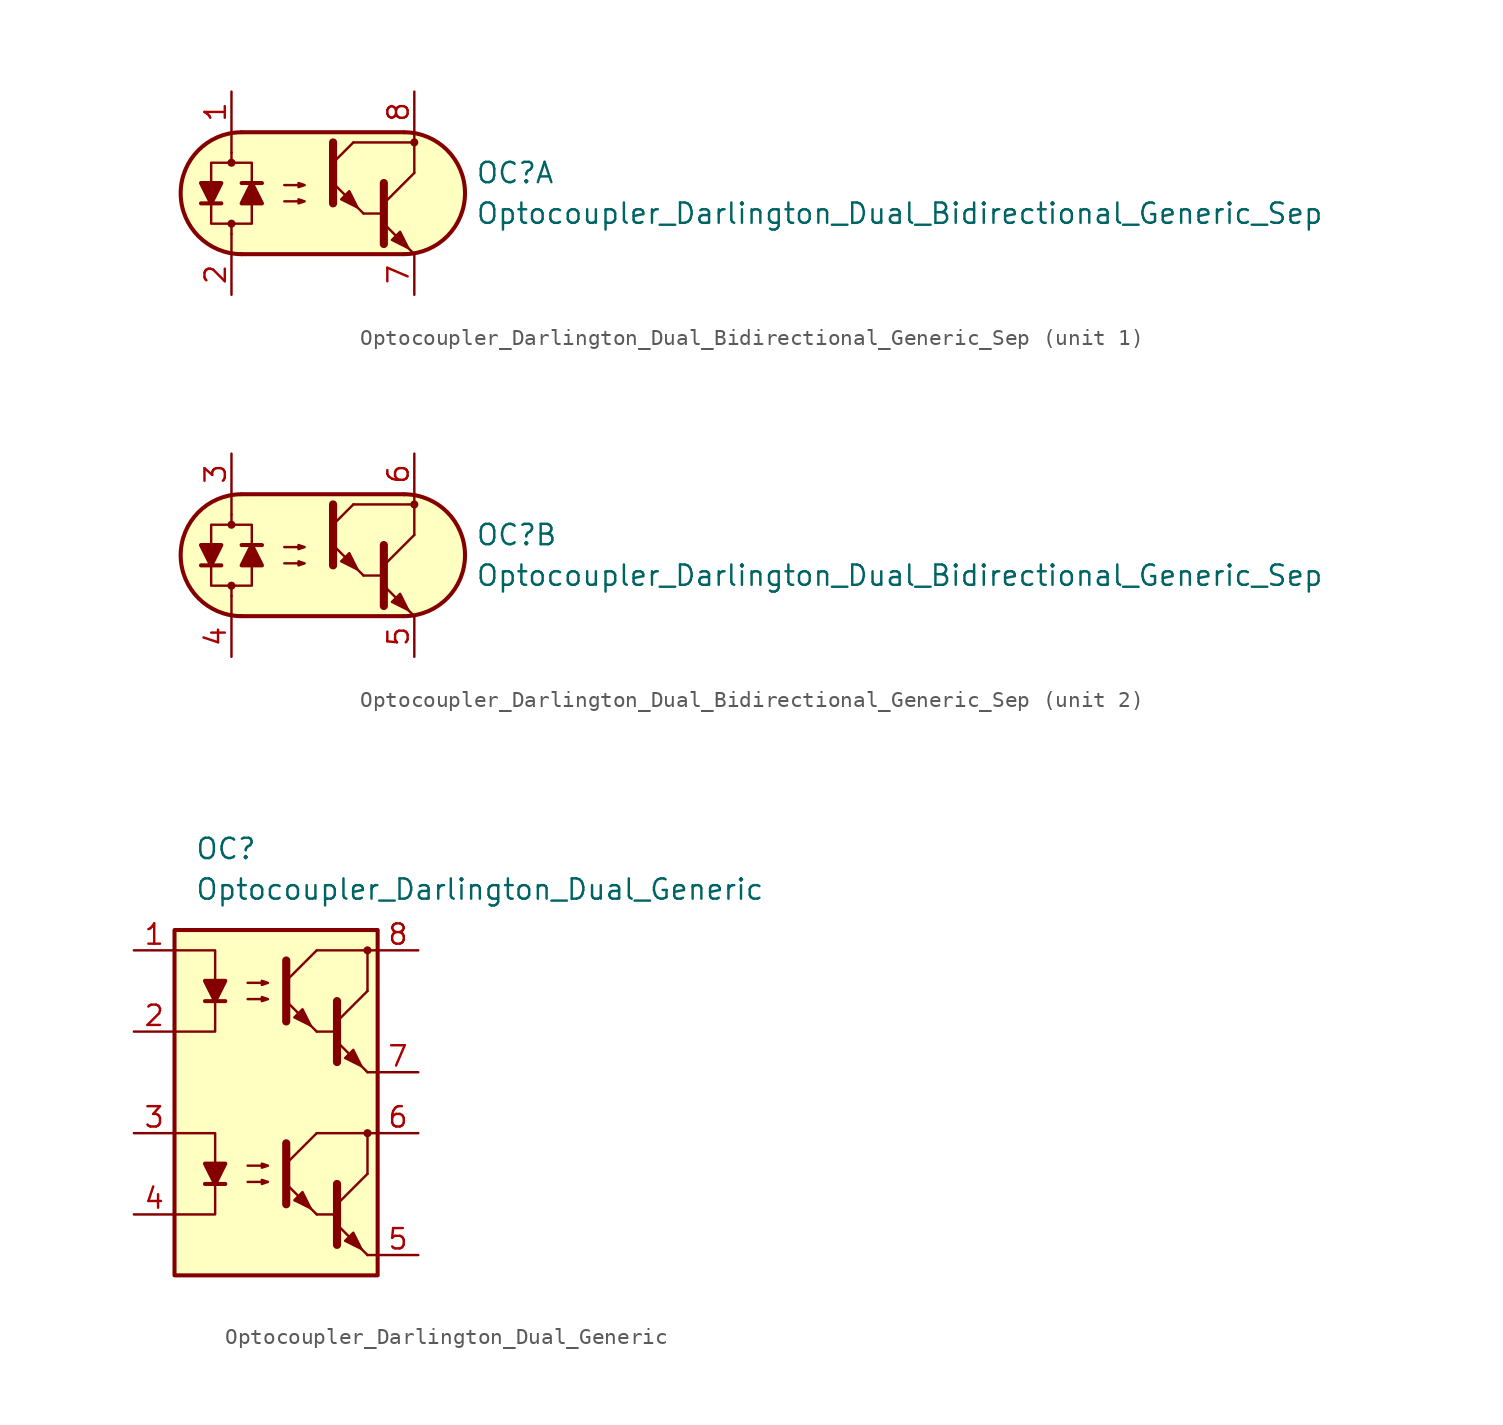
<source format=kicad_sym>
(kicad_symbol_lib
  (version 20211014)
  (generator kicad_symbol_editor)
  (symbol "Optocoupler_AKL:Optocoupler_Darlington_Dual_Bidirectional_Generic_Sep"
    (pin_names
      (offset 1.016))
    (property "Reference" "OC"
      (at 10.16 1.27 0)
      (effects (font (size 1.27 1.27)) (justify left)))
    (property "Value" "Optocoupler_Darlington_Dual_Bidirectional_Generic_Sep"
      (at 10.16 -1.27 0)
      (effects (font (size 1.27 1.27)) (justify left)))
    (property "ki_locked" ""
      (at 0 0 0)
      (effects (font (size 1.27 1.27))))
    (symbol "Optocoupler_Darlington_Dual_Bidirectional_Generic_Sep_0_1"
      (arc (start -4.4835 3.8099) (mid -8.2551 -0.016) (end -4.4516 -3.8101) (stroke (width 0.254) (type default) (color 0 0 0 0)) (fill (type none)))
      (polyline (pts (xy -5.08 -2.54) (xy -5.08 -3.81)) (stroke (width 0.152) (type default) (color 0 0 0 0)) (fill (type none)))
      (polyline (pts (xy -5.08 1.905) (xy -5.08 2.54)) (stroke (width 0.152) (type default) (color 0 0 0 0)) (fill (type none)))
      (polyline (pts (xy -5.08 2.54) (xy -5.08 3.81)) (stroke (width 0.152) (type default) (color 0 0 0 0)) (fill (type none)))
      (polyline (pts (xy -4.445 -3.81) (xy 5.715 -3.81)) (stroke (width 0.254) (type default) (color 0 0 0 0)) (fill (type none)))
      (polyline (pts (xy 2.54 3.175) (xy 6.35 3.175)) (stroke (width 0.152) (type default) (color 0 0 0 0)) (fill (type none)))
      (polyline (pts (xy 3.175 -1.27) (xy 4.445 -1.27)) (stroke (width 0) (type default) (color 0 0 0 0)) (fill (type none)))
      (polyline (pts (xy 4.445 -0.635) (xy 6.35 1.27)) (stroke (width 0) (type default) (color 0 0 0 0)) (fill (type none)))
      (polyline (pts (xy 5.715 3.81) (xy -4.445 3.81)) (stroke (width 0.254) (type default) (color 0 0 0 0)) (fill (type none)))
      (polyline (pts (xy 6.35 -3.81) (xy 4.445 -1.905)) (stroke (width 0) (type default) (color 0 0 0 0)) (fill (type outline)))
      (polyline (pts (xy 6.35 1.27) (xy 6.35 3.81)) (stroke (width 0.152) (type default) (color 0 0 0 0)) (fill (type none)))
      (polyline (pts (xy 4.445 0.635) (xy 4.445 -3.175) (xy 4.445 -3.175)) (stroke (width 0.508) (type default) (color 0 0 0 0)) (fill (type none)))
      (polyline (pts (xy -1.778 -0.508) (xy -0.508 -0.508) (xy -0.889 -0.635) (xy -0.889 -0.381) (xy -0.508 -0.508)) (stroke (width 0) (type default) (color 0 0 0 0)) (fill (type none)))
      (polyline (pts (xy -1.778 0.508) (xy -0.508 0.508) (xy -0.889 0.381) (xy -0.889 0.635) (xy -0.508 0.508)) (stroke (width 0) (type default) (color 0 0 0 0)) (fill (type none)))
      (polyline (pts (xy 4.953 -2.921) (xy 5.461 -2.413) (xy 5.969 -3.429) (xy 4.953 -2.921) (xy 4.953 -2.921)) (stroke (width 0) (type default) (color 0 0 0 0)) (fill (type outline)))
      (polyline (pts (xy -5.08 -2.54) (xy -5.08 -1.905) (xy -6.35 -1.905) (xy -6.35 1.905) (xy -3.81 1.905) (xy -3.81 -1.905) (xy -5.08 -1.905)) (stroke (width 0.152) (type default) (color 0 0 0 0)) (fill (type none)))
      (polyline (pts (xy 5.715 3.81) (xy -4.064 3.81) (xy -4.572 3.81) (xy -5.207 3.683) (xy -5.842 3.556) (xy -6.604 3.175) (xy -7.239 2.54) (xy -7.747 1.778) (xy -8.255 0.508) (xy -8.255 -0.508) (xy -8.001 -1.397) (xy -7.112 -2.667) (xy -6.096 -3.429) (xy -4.572 -3.81) (xy 6.096 -3.81) (xy 7.112 -3.556) (xy 8.128 -2.921) (xy 8.89 -2.159) (xy 9.271 -1.397) (xy 9.525 -0.127) (xy 9.398 0.889) (xy 9.144 1.651) (xy 8.763 2.286) (xy 8.255 2.794) (xy 7.62 3.302) (xy 6.731 3.683) (xy 5.715 3.81)) (stroke (width 0.01) (type default) (color 0 0 0 0)) (fill (type background)))
      (arc (start 5.7469 -3.81) (mid 9.5185 0.0159) (end 5.715 3.81) (stroke (width 0.254) (type default) (color 0 0 0 0)) (fill (type none))))
    (symbol "Optocoupler_Darlington_Dual_Bidirectional_Generic_Sep_1_1"
      (circle (center -5.08 -1.905) (radius 0.178) (stroke (width 0)) (stroke (width 0) (type default) (color 0 0 0 0)) (fill (type outline)))
      (circle (center -5.08 1.905) (radius 0.178) (stroke (width 0)) (stroke (width 0) (type default) (color 0 0 0 0)) (fill (type outline)))
      (polyline (pts (xy -6.985 -0.635) (xy -5.715 -0.635)) (stroke (width 0.254) (type default) (color 0 0 0 0)) (fill (type none)))
      (polyline (pts (xy -3.175 0.635) (xy -4.445 0.635)) (stroke (width 0.254) (type default) (color 0 0 0 0)) (fill (type none)))
      (polyline (pts (xy 1.27 1.905) (xy 2.54 3.175)) (stroke (width 0) (type default) (color 0 0 0 0)) (fill (type none)))
      (polyline (pts (xy 3.175 -1.27) (xy 1.27 0.635)) (stroke (width 0) (type default) (color 0 0 0 0)) (fill (type outline)))
      (polyline (pts (xy 1.27 3.175) (xy 1.27 -0.635) (xy 1.27 -0.635)) (stroke (width 0.508) (type default) (color 0 0 0 0)) (fill (type none)))
      (polyline (pts (xy -6.35 -0.635) (xy -6.985 0.635) (xy -5.715 0.635) (xy -6.35 -0.635)) (stroke (width 0.254) (type default) (color 0 0 0 0)) (fill (type outline)))
      (polyline (pts (xy -3.81 0.635) (xy -3.175 -0.635) (xy -4.445 -0.635) (xy -3.81 0.635)) (stroke (width 0.254) (type default) (color 0 0 0 0)) (fill (type outline)))
      (polyline (pts (xy 1.778 -0.381) (xy 2.286 0.127) (xy 2.794 -0.889) (xy 1.778 -0.381) (xy 1.778 -0.381)) (stroke (width 0) (type default) (color 0 0 0 0)) (fill (type outline)))
      (circle (center 6.35 3.175) (radius 0.178) (stroke (width 0)) (stroke (width 0) (type default) (color 0 0 0 0)) (fill (type outline)))
      (pin passive line (at -5.08 6.35 270) (length 2.54) (name "~" (effects (font (size 1.27 1.27)))) (number "1" (effects (font (size 1.27 1.27)))))
      (pin passive line (at -5.08 -6.35 90) (length 2.54) (name "~" (effects (font (size 1.27 1.27)))) (number "2" (effects (font (size 1.27 1.27)))))
      (pin passive line (at 6.35 -6.35 90) (length 2.54) (name "~" (effects (font (size 1.27 1.27)))) (number "7" (effects (font (size 1.27 1.27)))))
      (pin passive line (at 6.35 6.35 270) (length 2.54) (name "~" (effects (font (size 1.27 1.27)))) (number "8" (effects (font (size 1.27 1.27))))))
    (symbol "Optocoupler_Darlington_Dual_Bidirectional_Generic_Sep_2_1"
      (circle (center -5.08 -1.905) (radius 0.178) (stroke (width 0)) (stroke (width 0) (type default) (color 0 0 0 0)) (fill (type outline)))
      (circle (center -5.08 1.905) (radius 0.178) (stroke (width 0)) (stroke (width 0) (type default) (color 0 0 0 0)) (fill (type outline)))
      (polyline (pts (xy -6.985 -0.635) (xy -5.715 -0.635)) (stroke (width 0.254) (type default) (color 0 0 0 0)) (fill (type none)))
      (polyline (pts (xy -3.175 0.635) (xy -4.445 0.635)) (stroke (width 0.254) (type default) (color 0 0 0 0)) (fill (type none)))
      (polyline (pts (xy 1.27 1.905) (xy 2.54 3.175)) (stroke (width 0) (type default) (color 0 0 0 0)) (fill (type none)))
      (polyline (pts (xy 3.175 -1.27) (xy 1.27 0.635)) (stroke (width 0) (type default) (color 0 0 0 0)) (fill (type outline)))
      (polyline (pts (xy 1.27 3.175) (xy 1.27 -0.635) (xy 1.27 -0.635)) (stroke (width 0.508) (type default) (color 0 0 0 0)) (fill (type none)))
      (polyline (pts (xy -6.35 -0.635) (xy -6.985 0.635) (xy -5.715 0.635) (xy -6.35 -0.635)) (stroke (width 0.254) (type default) (color 0 0 0 0)) (fill (type outline)))
      (polyline (pts (xy -3.81 0.635) (xy -3.175 -0.635) (xy -4.445 -0.635) (xy -3.81 0.635)) (stroke (width 0.254) (type default) (color 0 0 0 0)) (fill (type outline)))
      (polyline (pts (xy 1.778 -0.381) (xy 2.286 0.127) (xy 2.794 -0.889) (xy 1.778 -0.381) (xy 1.778 -0.381)) (stroke (width 0) (type default) (color 0 0 0 0)) (fill (type outline)))
      (circle (center 6.35 3.175) (radius 0.178) (stroke (width 0)) (stroke (width 0) (type default) (color 0 0 0 0)) (fill (type outline)))
      (pin passive line (at -5.08 6.35 270) (length 2.54) (name "~" (effects (font (size 1.27 1.27)))) (number "3" (effects (font (size 1.27 1.27)))))
      (pin passive line (at -5.08 -6.35 90) (length 2.54) (name "~" (effects (font (size 1.27 1.27)))) (number "4" (effects (font (size 1.27 1.27)))))
      (pin passive line (at 6.35 -6.35 90) (length 2.54) (name "~" (effects (font (size 1.27 1.27)))) (number "5" (effects (font (size 1.27 1.27)))))
      (pin passive line (at 6.35 6.35 270) (length 2.54) (name "~" (effects (font (size 1.27 1.27)))) (number "6" (effects (font (size 1.27 1.27)))))))
  (symbol "Optocoupler_AKL:Optocoupler_Darlington_Dual_Generic"
    (pin_names
      (offset 1.016))
    (property "Reference" "OC"
      (at -3.81 15.24 0)
      (effects (font (size 1.27 1.27)) (justify left)))
    (property "Value" "Optocoupler_Darlington_Dual_Generic"
      (at -3.81 12.7 0)
      (effects (font (size 1.27 1.27)) (justify left)))
    (symbol "Optocoupler_Darlington_Dual_Generic_0_1"
      (rectangle (start -5.08 10.16) (end 7.62 -11.43) (stroke (width 0.254) (type default) (color 0 0 0 0)) (fill (type background)))
      (polyline (pts (xy -3.175 5.715) (xy -1.905 5.715)) (stroke (width 0.254) (type default) (color 0 0 0 0)) (fill (type none)))
      (polyline (pts (xy 3.81 3.81) (xy 5.08 3.81)) (stroke (width 0) (type default) (color 0 0 0 0)) (fill (type none)))
      (polyline (pts (xy 5.08 4.445) (xy 6.985 6.35)) (stroke (width 0) (type default) (color 0 0 0 0)) (fill (type none)))
      (polyline (pts (xy 6.985 1.27) (xy 5.08 3.175)) (stroke (width 0) (type default) (color 0 0 0 0)) (fill (type outline)))
      (polyline (pts (xy 6.985 1.27) (xy 7.62 1.27)) (stroke (width 0) (type default) (color 0 0 0 0)) (fill (type none)))
      (polyline (pts (xy 6.985 6.35) (xy 6.985 8.89)) (stroke (width 0) (type default) (color 0 0 0 0)) (fill (type none)))
      (polyline (pts (xy 7.62 8.89) (xy 3.81 8.89)) (stroke (width 0) (type default) (color 0 0 0 0)) (fill (type none)))
      (polyline (pts (xy -5.08 8.89) (xy -2.54 8.89) (xy -2.54 5.715)) (stroke (width 0) (type default) (color 0 0 0 0)) (fill (type none)))
      (polyline (pts (xy -2.54 5.715) (xy -2.54 3.81) (xy -5.08 3.81)) (stroke (width 0) (type default) (color 0 0 0 0)) (fill (type none)))
      (polyline (pts (xy 5.08 5.715) (xy 5.08 1.905) (xy 5.08 1.905)) (stroke (width 0.508) (type default) (color 0 0 0 0)) (fill (type none)))
      (polyline (pts (xy -2.54 5.715) (xy -3.175 6.985) (xy -1.905 6.985) (xy -2.54 5.715)) (stroke (width 0.254) (type default) (color 0 0 0 0)) (fill (type outline)))
      (polyline (pts (xy -0.508 5.842) (xy 0.762 5.842) (xy 0.381 5.715) (xy 0.381 5.969) (xy 0.762 5.842)) (stroke (width 0) (type default) (color 0 0 0 0)) (fill (type none)))
      (polyline (pts (xy -0.508 6.858) (xy 0.762 6.858) (xy 0.381 6.731) (xy 0.381 6.985) (xy 0.762 6.858)) (stroke (width 0) (type default) (color 0 0 0 0)) (fill (type none)))
      (polyline (pts (xy 5.588 2.159) (xy 6.096 2.667) (xy 6.604 1.651) (xy 5.588 2.159) (xy 5.588 2.159)) (stroke (width 0) (type default) (color 0 0 0 0)) (fill (type outline)))
      (circle (center 6.985 8.89) (radius 0.178) (stroke (width 0)) (stroke (width 0) (type default) (color 0 0 0 0)) (fill (type outline))))
    (symbol "Optocoupler_Darlington_Dual_Generic_1_1"
      (polyline (pts (xy -3.175 -5.715) (xy -1.905 -5.715)) (stroke (width 0.254) (type default) (color 0 0 0 0)) (fill (type none)))
      (polyline (pts (xy 1.905 -4.445) (xy 3.81 -2.54)) (stroke (width 0) (type default) (color 0 0 0 0)) (fill (type none)))
      (polyline (pts (xy 1.905 6.985) (xy 3.81 8.89)) (stroke (width 0) (type default) (color 0 0 0 0)) (fill (type none)))
      (polyline (pts (xy 3.81 -7.62) (xy 1.905 -5.715)) (stroke (width 0) (type default) (color 0 0 0 0)) (fill (type outline)))
      (polyline (pts (xy 3.81 -7.62) (xy 5.08 -7.62)) (stroke (width 0) (type default) (color 0 0 0 0)) (fill (type none)))
      (polyline (pts (xy 3.81 3.81) (xy 1.905 5.715)) (stroke (width 0) (type default) (color 0 0 0 0)) (fill (type outline)))
      (polyline (pts (xy 5.08 -6.985) (xy 6.985 -5.08)) (stroke (width 0) (type default) (color 0 0 0 0)) (fill (type none)))
      (polyline (pts (xy 6.985 -10.16) (xy 5.08 -8.255)) (stroke (width 0) (type default) (color 0 0 0 0)) (fill (type outline)))
      (polyline (pts (xy 6.985 -10.16) (xy 7.62 -10.16)) (stroke (width 0) (type default) (color 0 0 0 0)) (fill (type none)))
      (polyline (pts (xy 6.985 -5.08) (xy 6.985 -2.54)) (stroke (width 0) (type default) (color 0 0 0 0)) (fill (type none)))
      (polyline (pts (xy 7.62 -2.54) (xy 3.81 -2.54)) (stroke (width 0) (type default) (color 0 0 0 0)) (fill (type none)))
      (polyline (pts (xy -5.08 -2.54) (xy -2.54 -2.54) (xy -2.54 -5.715)) (stroke (width 0) (type default) (color 0 0 0 0)) (fill (type none)))
      (polyline (pts (xy -2.54 -5.715) (xy -2.54 -7.62) (xy -5.08 -7.62)) (stroke (width 0) (type default) (color 0 0 0 0)) (fill (type none)))
      (polyline (pts (xy 1.905 -3.175) (xy 1.905 -6.985) (xy 1.905 -6.985)) (stroke (width 0.508) (type default) (color 0 0 0 0)) (fill (type none)))
      (polyline (pts (xy 1.905 8.255) (xy 1.905 4.445) (xy 1.905 4.445)) (stroke (width 0.508) (type default) (color 0 0 0 0)) (fill (type none)))
      (polyline (pts (xy 5.08 -5.715) (xy 5.08 -9.525) (xy 5.08 -9.525)) (stroke (width 0.508) (type default) (color 0 0 0 0)) (fill (type none)))
      (polyline (pts (xy -2.54 -5.715) (xy -3.175 -4.445) (xy -1.905 -4.445) (xy -2.54 -5.715)) (stroke (width 0.254) (type default) (color 0 0 0 0)) (fill (type outline)))
      (polyline (pts (xy -0.508 -5.588) (xy 0.762 -5.588) (xy 0.381 -5.715) (xy 0.381 -5.461) (xy 0.762 -5.588)) (stroke (width 0) (type default) (color 0 0 0 0)) (fill (type none)))
      (polyline (pts (xy -0.508 -4.572) (xy 0.762 -4.572) (xy 0.381 -4.699) (xy 0.381 -4.445) (xy 0.762 -4.572)) (stroke (width 0) (type default) (color 0 0 0 0)) (fill (type none)))
      (polyline (pts (xy 2.413 -6.731) (xy 2.921 -6.223) (xy 3.429 -7.239) (xy 2.413 -6.731) (xy 2.413 -6.731)) (stroke (width 0) (type default) (color 0 0 0 0)) (fill (type outline)))
      (polyline (pts (xy 2.413 4.699) (xy 2.921 5.207) (xy 3.429 4.191) (xy 2.413 4.699) (xy 2.413 4.699)) (stroke (width 0) (type default) (color 0 0 0 0)) (fill (type outline)))
      (polyline (pts (xy 5.588 -9.271) (xy 6.096 -8.763) (xy 6.604 -9.779) (xy 5.588 -9.271) (xy 5.588 -9.271)) (stroke (width 0) (type default) (color 0 0 0 0)) (fill (type outline)))
      (circle (center 6.985 -2.54) (radius 0.178) (stroke (width 0)) (stroke (width 0) (type default) (color 0 0 0 0)) (fill (type outline)))
      (pin passive line (at -7.62 8.89 0) (length 2.54) (name "~" (effects (font (size 1.27 1.27)))) (number "1" (effects (font (size 1.27 1.27)))))
      (pin passive line (at -7.62 3.81 0) (length 2.54) (name "~" (effects (font (size 1.27 1.27)))) (number "2" (effects (font (size 1.27 1.27)))))
      (pin passive line (at -7.62 -2.54 0) (length 2.54) (name "~" (effects (font (size 1.27 1.27)))) (number "3" (effects (font (size 1.27 1.27)))))
      (pin passive line (at -7.62 -7.62 0) (length 2.54) (name "~" (effects (font (size 1.27 1.27)))) (number "4" (effects (font (size 1.27 1.27)))))
      (pin passive line (at 10.16 -10.16 180) (length 2.54) (name "~" (effects (font (size 1.27 1.27)))) (number "5" (effects (font (size 1.27 1.27)))))
      (pin passive line (at 10.16 -2.54 180) (length 2.54) (name "~" (effects (font (size 1.27 1.27)))) (number "6" (effects (font (size 1.27 1.27)))))
      (pin passive line (at 10.16 1.27 180) (length 2.54) (name "~" (effects (font (size 1.27 1.27)))) (number "7" (effects (font (size 1.27 1.27)))))
      (pin passive line (at 10.16 8.89 180) (length 2.54) (name "~" (effects (font (size 1.27 1.27)))) (number "8" (effects (font (size 1.27 1.27))))))))
</source>
